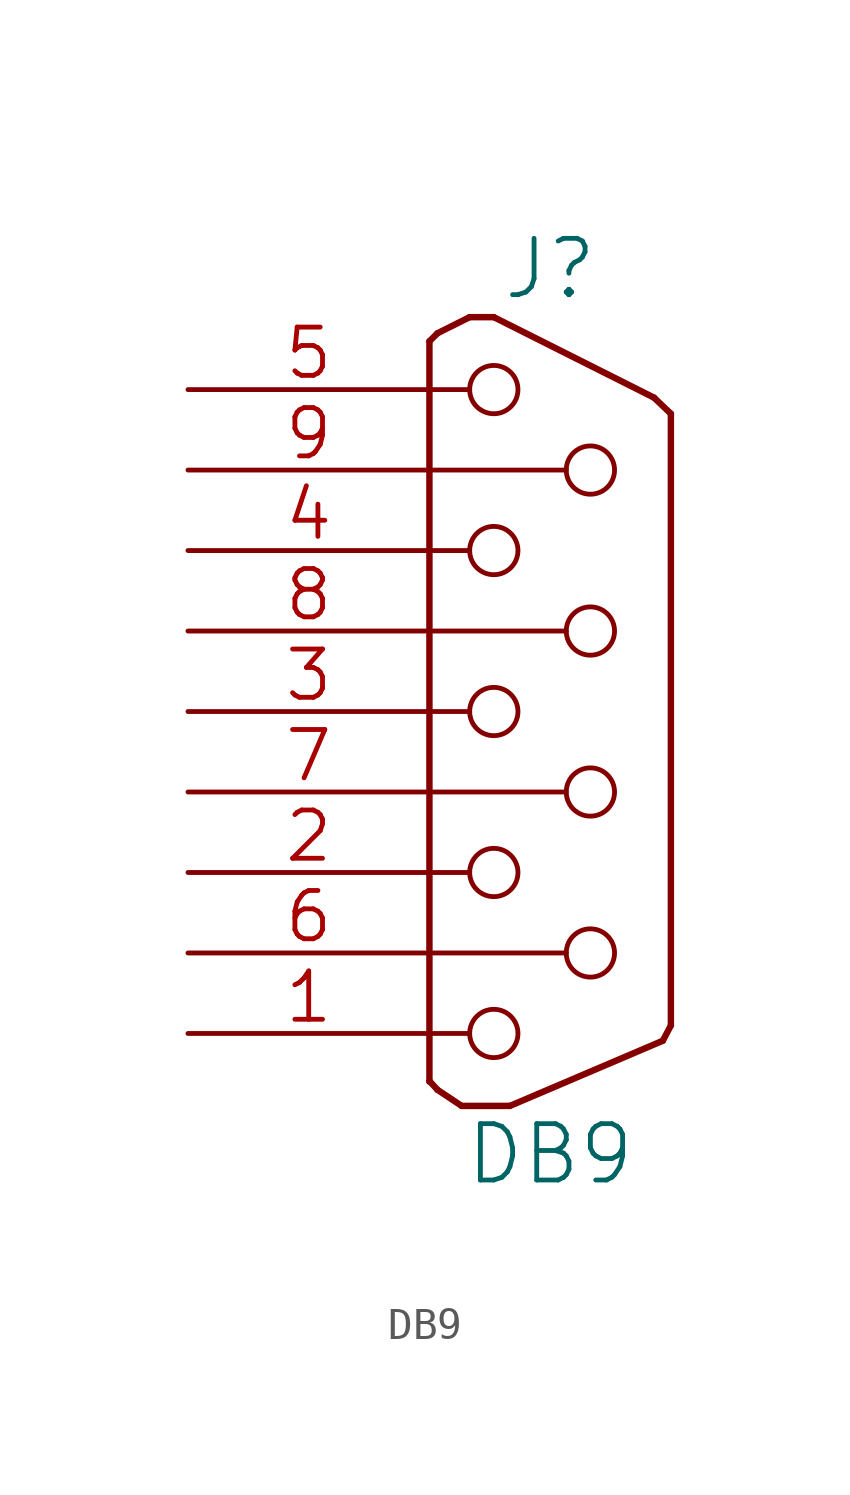
<source format=kicad_sym>
(kicad_symbol_lib
  (version 20201005)
  (generator kicad_symbol_editor)
  (symbol "pic_programmer_schlib:DB9"
    (pin_names
      (offset 1.016) hide)
    (property "Reference" "J"
      (at 0 13.97 0)
      (effects (font (size 1.778 1.778))))
    (property "Value" "DB9"
      (at 0 -13.97 0)
      (effects (font (size 1.778 1.778))))
    (property "Footprint" ""
      (at 0 0 0)
      (effects (font (size 1.524 1.524))))
    (property "Datasheet" ""
      (at 0 0 0)
      (effects (font (size 1.524 1.524))))
    (symbol "DB9_0_1"
      (circle (center -1.778 -10.16) (radius 0.762) (stroke (width 0)) (fill (type none)))
      (circle (center -1.778 -5.08) (radius 0.762) (stroke (width 0)) (fill (type none)))
      (circle (center -1.778 0) (radius 0.762) (stroke (width 0)) (fill (type none)))
      (circle (center -1.778 5.08) (radius 0.762) (stroke (width 0)) (fill (type none)))
      (circle (center -1.778 10.16) (radius 0.762) (stroke (width 0)) (fill (type none)))
      (circle (center 1.27 -7.62) (radius 0.762) (stroke (width 0)) (fill (type none)))
      (circle (center 1.27 -2.54) (radius 0.762) (stroke (width 0)) (fill (type none)))
      (circle (center 1.27 2.54) (radius 0.762) (stroke (width 0)) (fill (type none)))
      (circle (center 1.27 7.62) (radius 0.762) (stroke (width 0)) (fill (type none)))
      (polyline (pts (xy -3.81 -11.684) (xy -3.81 11.684)) (stroke (width 0.203)) (fill (type none)))
      (polyline (pts (xy -3.81 -11.659) (xy -3.556 -11.938)) (stroke (width 0.203)) (fill (type none)))
      (polyline (pts (xy -3.81 -10.16) (xy -2.54 -10.16)) (stroke (width 0)) (fill (type none)))
      (polyline (pts (xy -3.81 -7.62) (xy 0.508 -7.62)) (stroke (width 0)) (fill (type none)))
      (polyline (pts (xy -3.81 -5.08) (xy -2.54 -5.08)) (stroke (width 0)) (fill (type none)))
      (polyline (pts (xy -3.81 -2.54) (xy 0.508 -2.54)) (stroke (width 0)) (fill (type none)))
      (polyline (pts (xy -3.81 0) (xy -2.54 0)) (stroke (width 0)) (fill (type none)))
      (polyline (pts (xy -3.81 2.54) (xy 0.508 2.54)) (stroke (width 0)) (fill (type none)))
      (polyline (pts (xy -3.81 5.08) (xy -2.54 5.08)) (stroke (width 0)) (fill (type none)))
      (polyline (pts (xy -3.81 7.62) (xy 0.508 7.62)) (stroke (width 0)) (fill (type none)))
      (polyline (pts (xy -3.81 10.16) (xy -2.54 10.16)) (stroke (width 0)) (fill (type none)))
      (polyline (pts (xy -3.556 -11.938) (xy -2.794 -12.446)) (stroke (width 0.203)) (fill (type none)))
      (polyline (pts (xy -3.556 11.938) (xy -3.81 11.684)) (stroke (width 0.203)) (fill (type none)))
      (polyline (pts (xy -3.556 11.938) (xy -2.54 12.446)) (stroke (width 0.203)) (fill (type none)))
      (polyline (pts (xy -2.794 -12.446) (xy -1.27 -12.446)) (stroke (width 0.203)) (fill (type none)))
      (polyline (pts (xy -2.54 12.446) (xy -1.778 12.446)) (stroke (width 0.203)) (fill (type none)))
      (polyline (pts (xy 3.277 9.906) (xy -1.778 12.446)) (stroke (width 0.203)) (fill (type none)))
      (polyline (pts (xy 3.277 9.906) (xy 3.81 9.398)) (stroke (width 0.203)) (fill (type none)))
      (polyline (pts (xy 3.556 -10.389) (xy -1.27 -12.446)) (stroke (width 0.203)) (fill (type none)))
      (polyline (pts (xy 3.81 -9.906) (xy 3.556 -10.389)) (stroke (width 0.203)) (fill (type none)))
      (polyline (pts (xy 3.81 9.398) (xy 3.81 -9.906)) (stroke (width 0.203)) (fill (type none))))
    (symbol "DB9_1_1"
      (pin passive line (at -11.43 -10.16 0) (length 7.62) (name "1" (effects (font (size 1.524 1.524)))) (number "1" (effects (font (size 1.524 1.524)))))
      (pin passive line (at -11.43 -5.08 0) (length 7.62) (name "2" (effects (font (size 1.524 1.524)))) (number "2" (effects (font (size 1.524 1.524)))))
      (pin passive line (at -11.43 0 0) (length 7.62) (name "3" (effects (font (size 1.524 1.524)))) (number "3" (effects (font (size 1.524 1.524)))))
      (pin passive line (at -11.43 5.08 0) (length 7.62) (name "4" (effects (font (size 1.524 1.524)))) (number "4" (effects (font (size 1.524 1.524)))))
      (pin passive line (at -11.43 10.16 0) (length 7.62) (name "5" (effects (font (size 1.524 1.524)))) (number "5" (effects (font (size 1.524 1.524)))))
      (pin passive line (at -11.43 -7.62 0) (length 7.62) (name "P6" (effects (font (size 1.524 1.524)))) (number "6" (effects (font (size 1.524 1.524)))))
      (pin passive line (at -11.43 -2.54 0) (length 7.62) (name "P7" (effects (font (size 1.524 1.524)))) (number "7" (effects (font (size 1.524 1.524)))))
      (pin passive line (at -11.43 2.54 0) (length 7.62) (name "P8" (effects (font (size 1.524 1.524)))) (number "8" (effects (font (size 1.524 1.524)))))
      (pin passive line (at -11.43 7.62 0) (length 7.62) (name "P9" (effects (font (size 1.524 1.524)))) (number "9" (effects (font (size 1.524 1.524))))))))
</source>
